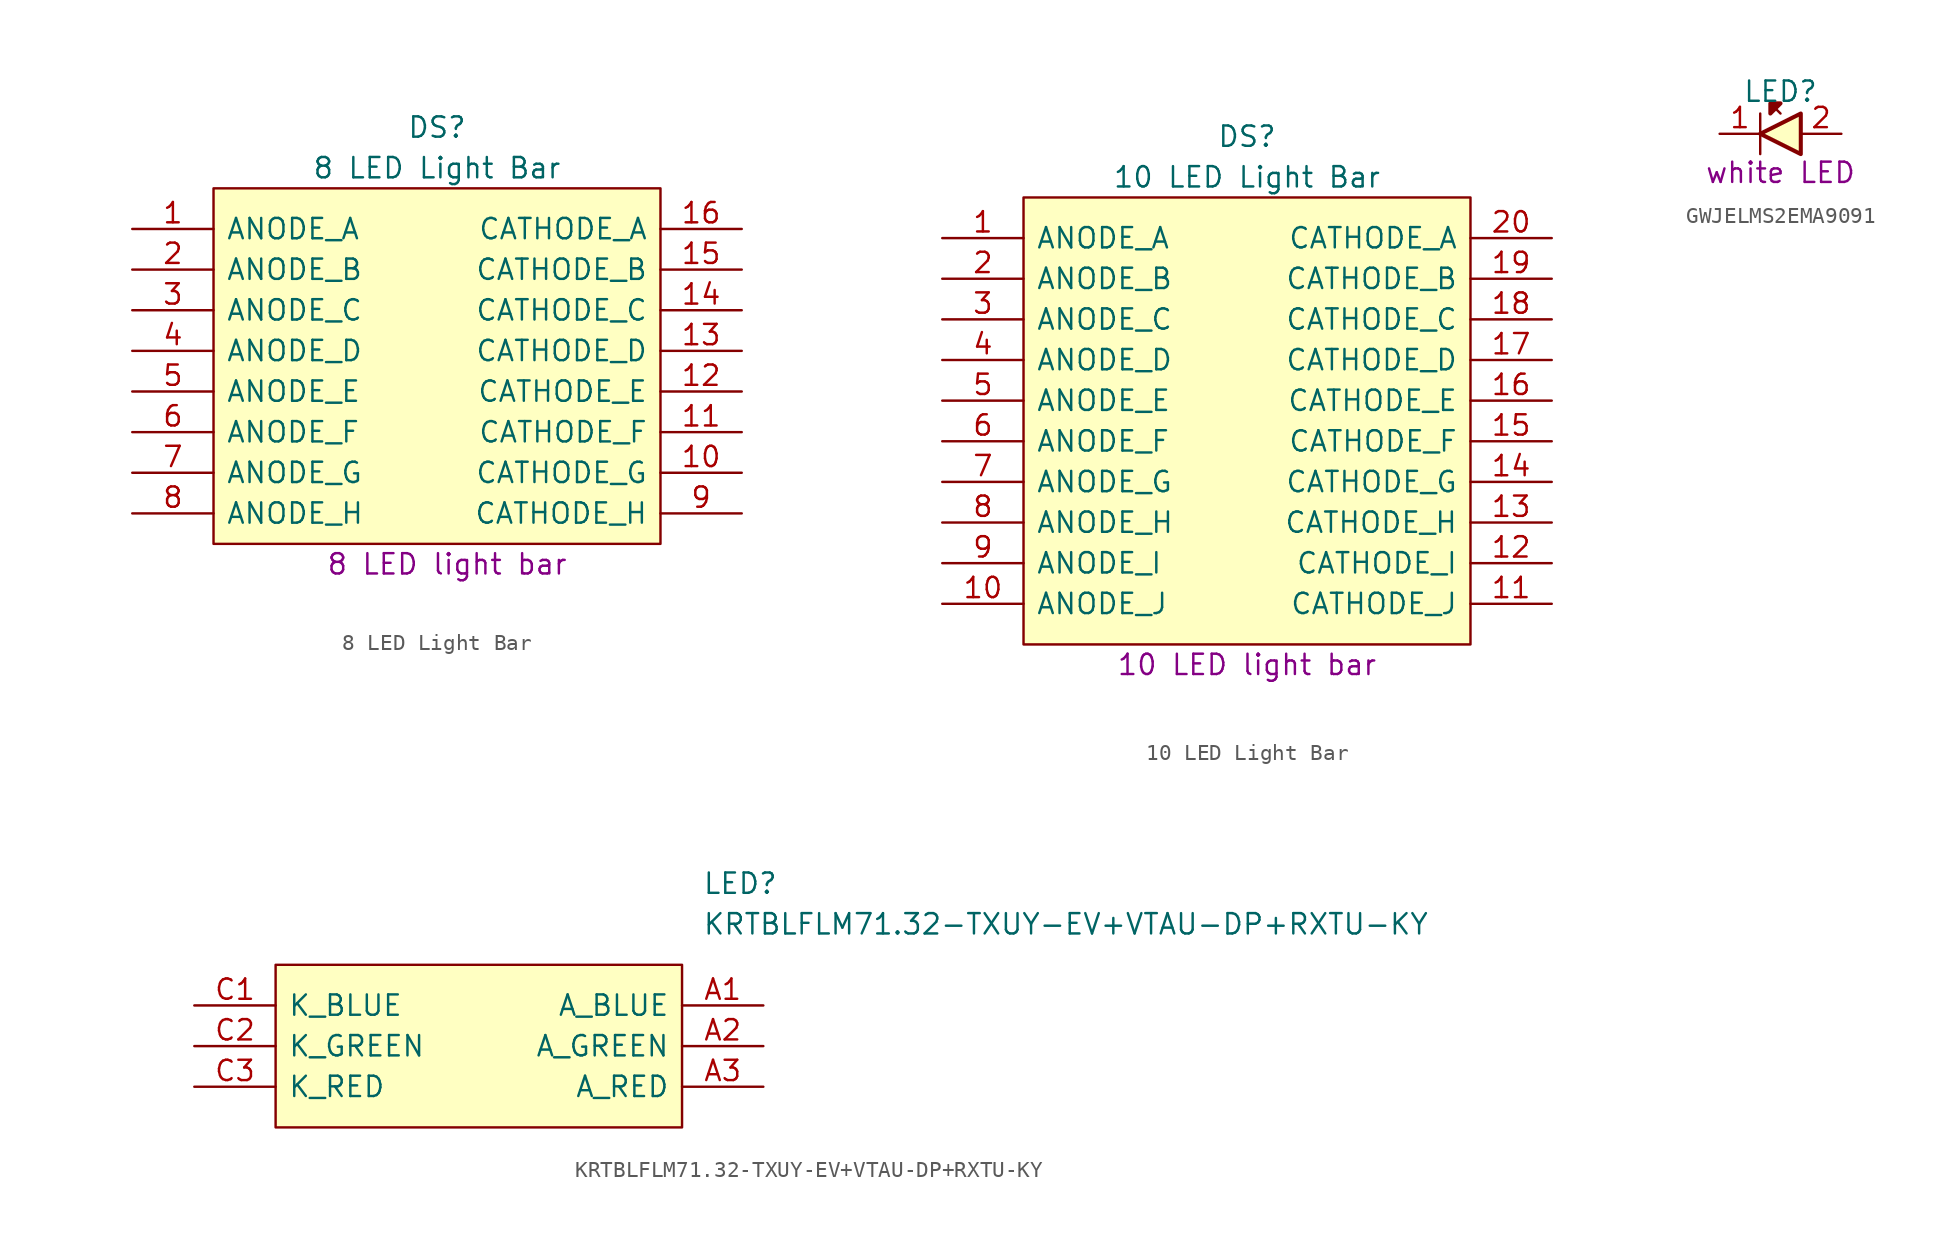
<source format=kicad_sym>
(kicad_symbol_lib
  (version 20211014)
  (generator kicad_symbol_editor)
  (symbol "8 LED Light Bar"
    (pin_names
      (offset 0.762))
    (property "Reference" "DS"
      (at 19.05 6.35 0)
      (effects (font (size 1.27 1.27))))
    (property "Value" "8 LED Light Bar"
      (at 19.05 3.81 0)
      (effects (font (size 1.27 1.27))))
    (property "Description" "8 LED light bar"
      (at 19.685 -20.955 0)
      (effects (font (size 1.27 1.27))))
    (symbol "8 LED Light Bar_0_0"
      (pin passive line (at 0 0 0) (length 5.08) (name "ANODE_A" (effects (font (size 1.27 1.27)))) (number "1" (effects (font (size 1.27 1.27)))))
      (pin passive line (at 38.1 -15.24 180) (length 5.08) (name "CATHODE_G" (effects (font (size 1.27 1.27)))) (number "10" (effects (font (size 1.27 1.27)))))
      (pin passive line (at 38.1 -12.7 180) (length 5.08) (name "CATHODE_F" (effects (font (size 1.27 1.27)))) (number "11" (effects (font (size 1.27 1.27)))))
      (pin passive line (at 38.1 -10.16 180) (length 5.08) (name "CATHODE_E" (effects (font (size 1.27 1.27)))) (number "12" (effects (font (size 1.27 1.27)))))
      (pin passive line (at 38.1 -7.62 180) (length 5.08) (name "CATHODE_D" (effects (font (size 1.27 1.27)))) (number "13" (effects (font (size 1.27 1.27)))))
      (pin passive line (at 38.1 -5.08 180) (length 5.08) (name "CATHODE_C" (effects (font (size 1.27 1.27)))) (number "14" (effects (font (size 1.27 1.27)))))
      (pin passive line (at 38.1 -2.54 180) (length 5.08) (name "CATHODE_B" (effects (font (size 1.27 1.27)))) (number "15" (effects (font (size 1.27 1.27)))))
      (pin passive line (at 38.1 0 180) (length 5.08) (name "CATHODE_A" (effects (font (size 1.27 1.27)))) (number "16" (effects (font (size 1.27 1.27)))))
      (pin passive line (at 0 -2.54 0) (length 5.08) (name "ANODE_B" (effects (font (size 1.27 1.27)))) (number "2" (effects (font (size 1.27 1.27)))))
      (pin passive line (at 0 -5.08 0) (length 5.08) (name "ANODE_C" (effects (font (size 1.27 1.27)))) (number "3" (effects (font (size 1.27 1.27)))))
      (pin passive line (at 0 -7.62 0) (length 5.08) (name "ANODE_D" (effects (font (size 1.27 1.27)))) (number "4" (effects (font (size 1.27 1.27)))))
      (pin passive line (at 0 -10.16 0) (length 5.08) (name "ANODE_E" (effects (font (size 1.27 1.27)))) (number "5" (effects (font (size 1.27 1.27)))))
      (pin passive line (at 0 -12.7 0) (length 5.08) (name "ANODE_F" (effects (font (size 1.27 1.27)))) (number "6" (effects (font (size 1.27 1.27)))))
      (pin passive line (at 0 -15.24 0) (length 5.08) (name "ANODE_G" (effects (font (size 1.27 1.27)))) (number "7" (effects (font (size 1.27 1.27)))))
      (pin passive line (at 0 -17.78 0) (length 5.08) (name "ANODE_H" (effects (font (size 1.27 1.27)))) (number "8" (effects (font (size 1.27 1.27)))))
      (pin passive line (at 38.1 -17.78 180) (length 5.08) (name "CATHODE_H" (effects (font (size 1.27 1.27)))) (number "9" (effects (font (size 1.27 1.27))))))
    (symbol "8 LED Light Bar_0_1"
      (polyline (pts (xy 5.08 2.54) (xy 33.02 2.54) (xy 33.02 -19.685) (xy 5.08 -19.685) (xy 5.08 2.54)) (stroke (width 0.152) (type default) (color 0 0 0 0)) (fill (type background)))))
  (symbol "10 LED Light Bar"
    (pin_names
      (offset 0.762))
    (property "Reference" "DS"
      (at 19.05 6.35 0)
      (effects (font (size 1.27 1.27))))
    (property "Value" "10 LED Light Bar"
      (at 19.05 3.81 0)
      (effects (font (size 1.27 1.27))))
    (property "Description" "10 LED light bar"
      (at 19.05 -26.67 0)
      (effects (font (size 1.27 1.27))))
    (symbol "10 LED Light Bar_0_0"
      (pin passive line (at 0 0 0) (length 5.08) (name "ANODE_A" (effects (font (size 1.27 1.27)))) (number "1" (effects (font (size 1.27 1.27)))))
      (pin passive line (at 0 -22.86 0) (length 5.08) (name "ANODE_J" (effects (font (size 1.27 1.27)))) (number "10" (effects (font (size 1.27 1.27)))))
      (pin passive line (at 38.1 -22.86 180) (length 5.08) (name "CATHODE_J" (effects (font (size 1.27 1.27)))) (number "11" (effects (font (size 1.27 1.27)))))
      (pin passive line (at 38.1 -20.32 180) (length 5.08) (name "CATHODE_I" (effects (font (size 1.27 1.27)))) (number "12" (effects (font (size 1.27 1.27)))))
      (pin passive line (at 38.1 -17.78 180) (length 5.08) (name "CATHODE_H" (effects (font (size 1.27 1.27)))) (number "13" (effects (font (size 1.27 1.27)))))
      (pin passive line (at 38.1 -15.24 180) (length 5.08) (name "CATHODE_G" (effects (font (size 1.27 1.27)))) (number "14" (effects (font (size 1.27 1.27)))))
      (pin passive line (at 38.1 -12.7 180) (length 5.08) (name "CATHODE_F" (effects (font (size 1.27 1.27)))) (number "15" (effects (font (size 1.27 1.27)))))
      (pin passive line (at 38.1 -10.16 180) (length 5.08) (name "CATHODE_E" (effects (font (size 1.27 1.27)))) (number "16" (effects (font (size 1.27 1.27)))))
      (pin passive line (at 38.1 -7.62 180) (length 5.08) (name "CATHODE_D" (effects (font (size 1.27 1.27)))) (number "17" (effects (font (size 1.27 1.27)))))
      (pin passive line (at 38.1 -5.08 180) (length 5.08) (name "CATHODE_C" (effects (font (size 1.27 1.27)))) (number "18" (effects (font (size 1.27 1.27)))))
      (pin passive line (at 38.1 -2.54 180) (length 5.08) (name "CATHODE_B" (effects (font (size 1.27 1.27)))) (number "19" (effects (font (size 1.27 1.27)))))
      (pin passive line (at 0 -2.54 0) (length 5.08) (name "ANODE_B" (effects (font (size 1.27 1.27)))) (number "2" (effects (font (size 1.27 1.27)))))
      (pin passive line (at 38.1 0 180) (length 5.08) (name "CATHODE_A" (effects (font (size 1.27 1.27)))) (number "20" (effects (font (size 1.27 1.27)))))
      (pin passive line (at 0 -5.08 0) (length 5.08) (name "ANODE_C" (effects (font (size 1.27 1.27)))) (number "3" (effects (font (size 1.27 1.27)))))
      (pin passive line (at 0 -7.62 0) (length 5.08) (name "ANODE_D" (effects (font (size 1.27 1.27)))) (number "4" (effects (font (size 1.27 1.27)))))
      (pin passive line (at 0 -10.16 0) (length 5.08) (name "ANODE_E" (effects (font (size 1.27 1.27)))) (number "5" (effects (font (size 1.27 1.27)))))
      (pin passive line (at 0 -12.7 0) (length 5.08) (name "ANODE_F" (effects (font (size 1.27 1.27)))) (number "6" (effects (font (size 1.27 1.27)))))
      (pin passive line (at 0 -15.24 0) (length 5.08) (name "ANODE_G" (effects (font (size 1.27 1.27)))) (number "7" (effects (font (size 1.27 1.27)))))
      (pin passive line (at 0 -17.78 0) (length 5.08) (name "ANODE_H" (effects (font (size 1.27 1.27)))) (number "8" (effects (font (size 1.27 1.27)))))
      (pin passive line (at 0 -20.32 0) (length 5.08) (name "ANODE_I" (effects (font (size 1.27 1.27)))) (number "9" (effects (font (size 1.27 1.27))))))
    (symbol "10 LED Light Bar_0_1"
      (polyline (pts (xy 5.08 2.54) (xy 33.02 2.54) (xy 33.02 -25.4) (xy 5.08 -25.4) (xy 5.08 2.54)) (stroke (width 0.152) (type default) (color 0 0 0 0)) (fill (type background)))))
  (symbol "GWJELMS2EMA9091"
    (pin_names
      (offset 0.762))
    (property "Reference" "LED"
      (at 3.81 1.905 0)
      (effects (font (size 1.27 1.27)) (justify bottom)))
    (property "Description" "white LED"
      (at 3.81 -3.175 0)
      (effects (font (size 1.27 1.27)) (justify bottom)))
    (symbol "GWJELMS2EMA9091_0_0"
      (pin passive line (at 0 0 0) (length 2.54) (name "~" (effects (font (size 1.27 1.27)))) (number "1" (effects (font (size 1.27 1.27)))))
      (pin passive line (at 7.62 0 180) (length 2.54) (name "~" (effects (font (size 1.27 1.27)))) (number "2" (effects (font (size 1.27 1.27))))))
    (symbol "GWJELMS2EMA9091_0_1"
      (polyline (pts (xy 2.54 1.27) (xy 2.54 -1.27)) (stroke (width 0.152) (type default) (color 0 0 0 0)) (fill (type none)))
      (polyline (pts (xy 3.81 1.27) (xy 3.175 1.905)) (stroke (width 0.152) (type default) (color 0 0 0 0)) (fill (type none)))
      (polyline (pts (xy 2.54 0) (xy 5.08 1.27) (xy 5.08 -1.27) (xy 2.54 0)) (stroke (width 0.254) (type default) (color 0 0 0 0)) (fill (type background)))
      (polyline (pts (xy 3.81 1.905) (xy 3.175 1.27) (xy 3.175 1.905) (xy 3.81 1.905)) (stroke (width 0.254) (type default) (color 0 0 0 0)) (fill (type outline)))))
  (symbol "KRTBLFLM71.32-TXUY-EV+VTAU-DP+RXTU-KY"
    (pin_names
      (offset 0.762))
    (property "Reference" "LED"
      (at 31.75 7.62 0)
      (effects (font (size 1.27 1.27)) (justify left)))
    (property "Value" "KRTBLFLM71.32-TXUY-EV+VTAU-DP+RXTU-KY"
      (at 31.75 5.08 0)
      (effects (font (size 1.27 1.27)) (justify left)))
    (symbol "KRTBLFLM71.32-TXUY-EV+VTAU-DP+RXTU-KY_0_0"
      (pin passive line (at 35.56 0 180) (length 5.08) (name "A_BLUE" (effects (font (size 1.27 1.27)))) (number "A1" (effects (font (size 1.27 1.27)))))
      (pin passive line (at 35.56 -2.54 180) (length 5.08) (name "A_GREEN" (effects (font (size 1.27 1.27)))) (number "A2" (effects (font (size 1.27 1.27)))))
      (pin passive line (at 35.56 -5.08 180) (length 5.08) (name "A_RED" (effects (font (size 1.27 1.27)))) (number "A3" (effects (font (size 1.27 1.27)))))
      (pin passive line (at 0 0 0) (length 5.08) (name "K_BLUE" (effects (font (size 1.27 1.27)))) (number "C1" (effects (font (size 1.27 1.27)))))
      (pin passive line (at 0 -2.54 0) (length 5.08) (name "K_GREEN" (effects (font (size 1.27 1.27)))) (number "C2" (effects (font (size 1.27 1.27)))))
      (pin passive line (at 0 -5.08 0) (length 5.08) (name "K_RED" (effects (font (size 1.27 1.27)))) (number "C3" (effects (font (size 1.27 1.27))))))
    (symbol "KRTBLFLM71.32-TXUY-EV+VTAU-DP+RXTU-KY_0_1"
      (polyline (pts (xy 5.08 2.54) (xy 30.48 2.54) (xy 30.48 -7.62) (xy 5.08 -7.62) (xy 5.08 2.54)) (stroke (width 0.152) (type default) (color 0 0 0 0)) (fill (type background))))))
</source>
